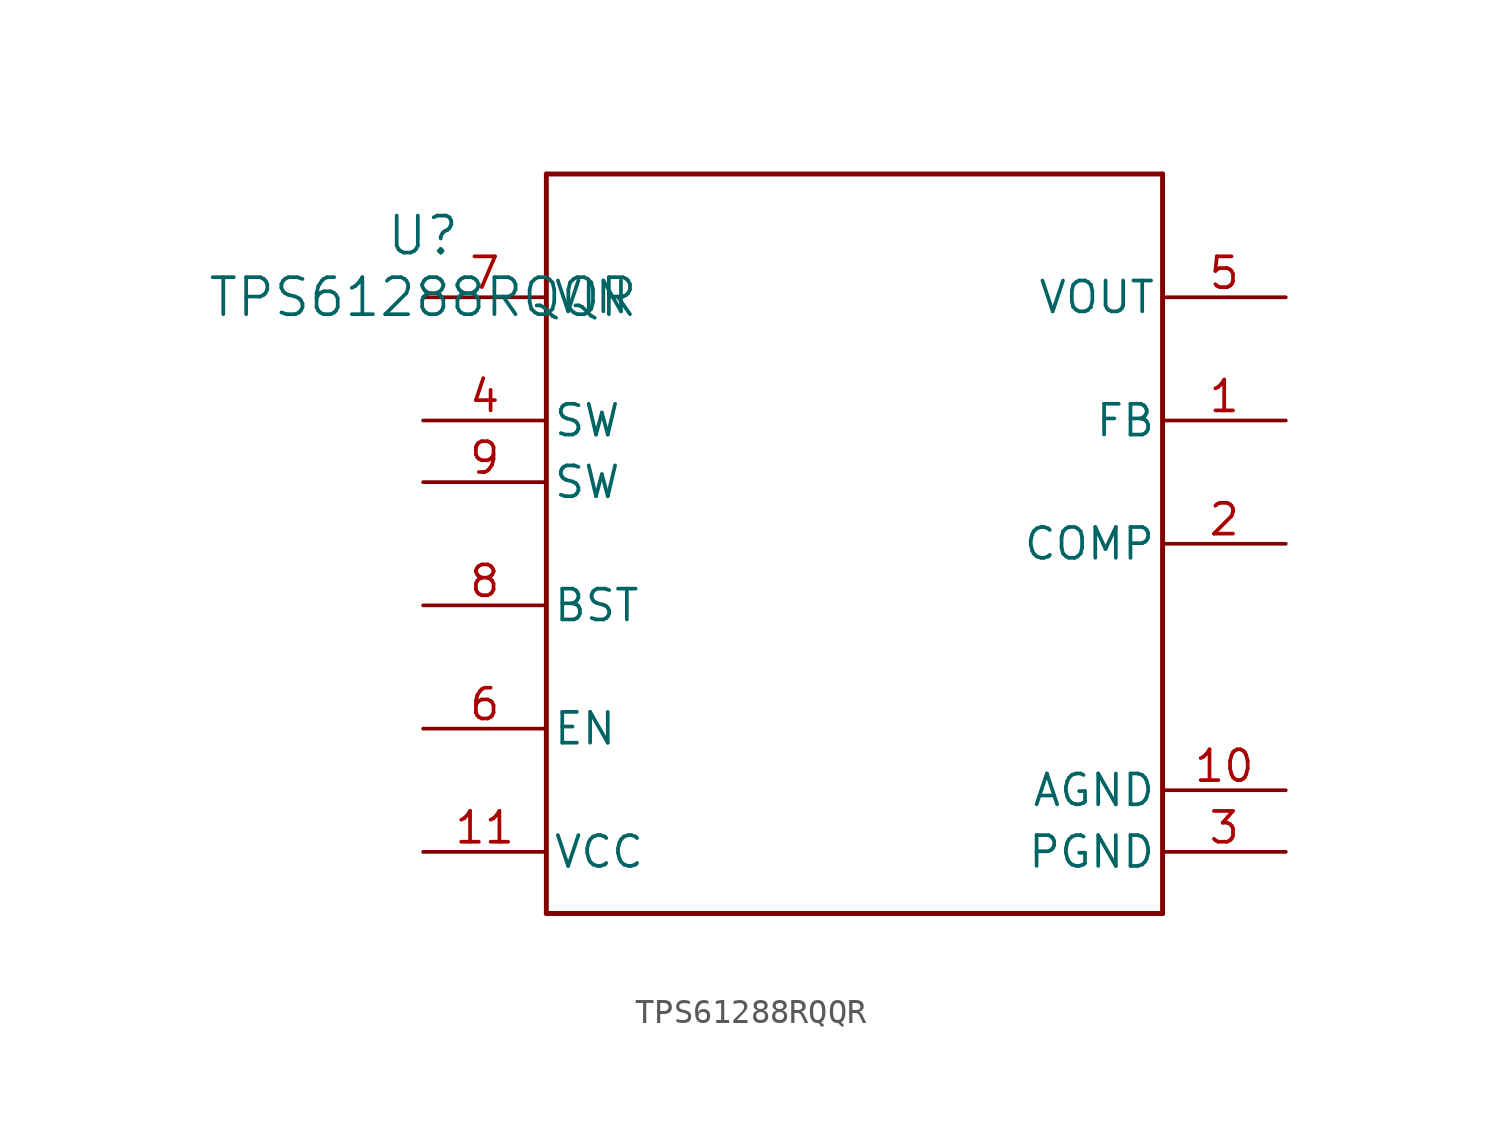
<source format=kicad_sym>
(kicad_symbol_lib
  (version 20211014)
  (generator kicad_symbol_editor)
  (symbol "TPS61288RQQR"
    (pin_names
      (offset 0.254))
    (property "Reference" "U"
      (at 0 2.54 0)
      (effects (font (size 1.524 1.524))))
    (property "Value" "TPS61288RQQR"
      (at 0 0 0)
      (effects (font (size 1.524 1.524))))
    (symbol "TPS61288RQQR_0_1"
      (polyline (pts (xy 5.08 -25.4) (xy 30.48 -25.4)) (stroke (width 0.203) (type default) (color 0 0 0 0)) (fill (type none)))
      (polyline (pts (xy 30.48 -25.4) (xy 30.48 5.08)) (stroke (width 0.203) (type default) (color 0 0 0 0)) (fill (type none)))
      (polyline (pts (xy 30.48 5.08) (xy 5.08 5.08)) (stroke (width 0.203) (type default) (color 0 0 0 0)) (fill (type none)))
      (polyline (pts (xy 5.08 5.08) (xy 5.08 -25.4)) (stroke (width 0.203) (type default) (color 0 0 0 0)) (fill (type none)))
      (pin unspecified line (at 35.56 -5.08 180) (length 5.08) (name "FB" (effects (font (size 1.27 1.27)))) (number "1" (effects (font (size 1.27 1.27)))))
      (pin unspecified line (at 35.56 -10.16 180) (length 5.08) (name "COMP" (effects (font (size 1.27 1.27)))) (number "2" (effects (font (size 1.27 1.27)))))
      (pin power_in line (at 35.56 -22.86 180) (length 5.08) (name "PGND" (effects (font (size 1.27 1.27)))) (number "3" (effects (font (size 1.27 1.27)))))
      (pin unspecified line (at 0 -5.08 0) (length 5.08) (name "SW" (effects (font (size 1.27 1.27)))) (number "4" (effects (font (size 1.27 1.27)))))
      (pin power_in line (at 35.56 0 180) (length 5.08) (name "VOUT" (effects (font (size 1.27 1.27)))) (number "5" (effects (font (size 1.27 1.27)))))
      (pin input line (at 0 -17.78 0) (length 5.08) (name "EN" (effects (font (size 1.27 1.27)))) (number "6" (effects (font (size 1.27 1.27)))))
      (pin power_in line (at 0 0 0) (length 5.08) (name "VIN" (effects (font (size 1.27 1.27)))) (number "7" (effects (font (size 1.27 1.27)))))
      (pin unspecified line (at 0 -12.7 0) (length 5.08) (name "BST" (effects (font (size 1.27 1.27)))) (number "8" (effects (font (size 1.27 1.27)))))
      (pin unspecified line (at 0 -7.62 0) (length 5.08) (name "SW" (effects (font (size 1.27 1.27)))) (number "9" (effects (font (size 1.27 1.27)))))
      (pin power_in line (at 35.56 -20.32 180) (length 5.08) (name "AGND" (effects (font (size 1.27 1.27)))) (number "10" (effects (font (size 1.27 1.27)))))
      (pin unspecified line (at 0 -22.86 0) (length 5.08) (name "VCC" (effects (font (size 1.27 1.27)))) (number "11" (effects (font (size 1.27 1.27))))))))
</source>
